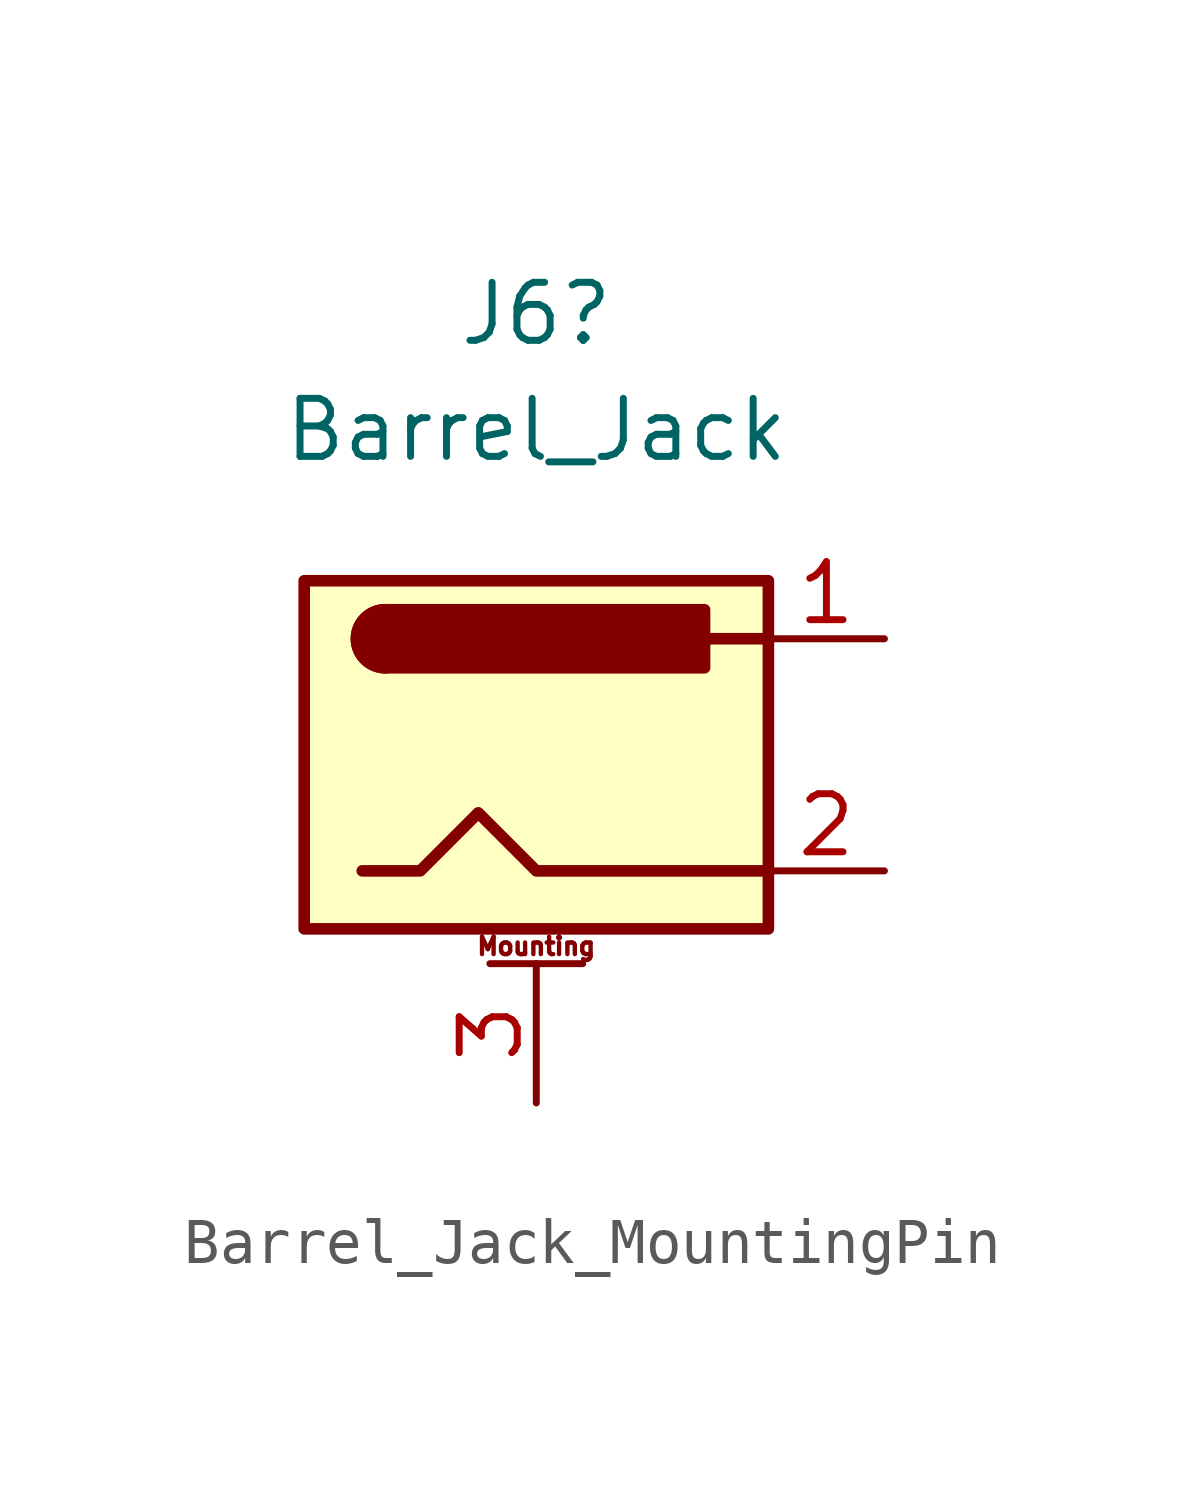
<source format=kicad_sym>
(kicad_symbol_lib
  (version 20211014)
  (generator kicad_symbol_editor)
  (symbol "Barrel_Jack_MountingPin"
    (pin_names hide)
    (property "Reference" "J6"
      (at 0 9.652 0)
      (effects (font (size 1.27 1.27))))
    (property "Value" "Barrel_Jack"
      (at 0 7.112 0)
      (effects (font (size 1.27 1.27))))
    (symbol "Barrel_Jack_MountingPin_0_1"
      (rectangle (start -5.08 3.81) (end 5.08 -3.81) (stroke (width 0.254) (type default) (color 0 0 0 0)) (fill (type background)))
      (arc (start -3.302 3.175) (mid -3.937 2.54) (end -3.302 1.905) (stroke (width 0.254) (type default) (color 0 0 0 0)) (fill (type none)))
      (arc (start -3.302 3.175) (mid -3.937 2.54) (end -3.302 1.905) (stroke (width 0.254) (type default) (color 0 0 0 0)) (fill (type outline)))
      (polyline (pts (xy 5.08 2.54) (xy 3.81 2.54)) (stroke (width 0.254) (type default) (color 0 0 0 0)) (fill (type none)))
      (polyline (pts (xy -3.81 -2.54) (xy -2.54 -2.54) (xy -1.27 -1.27) (xy 0 -2.54) (xy 2.54 -2.54) (xy 5.08 -2.54)) (stroke (width 0.254) (type default) (color 0 0 0 0)) (fill (type none)))
      (rectangle (start 3.683 3.175) (end -3.302 1.905) (stroke (width 0.254) (type default) (color 0 0 0 0)) (fill (type outline))))
    (symbol "Barrel_Jack_MountingPin_1_1"
      (polyline (pts (xy -1.016 -4.572) (xy 1.016 -4.572)) (stroke (width 0.152) (type default) (color 0 0 0 0)) (fill (type none)))
      (text "Mounting" (at 0 -4.191 0) (effects (font (size 0.381 0.381))))
      (pin passive line (at 7.62 2.54 180) (length 2.54) (name "~" (effects (font (size 1.27 1.27)))) (number "1" (effects (font (size 1.27 1.27)))))
      (pin passive line (at 7.62 -2.54 180) (length 2.54) (name "~" (effects (font (size 1.27 1.27)))) (number "2" (effects (font (size 1.27 1.27)))))
      (pin passive line (at 0 -7.62 90) (length 3.048) (name "MountPin" (effects (font (size 1.27 1.27)))) (number "3" (effects (font (size 1.27 1.27))))))))
</source>
